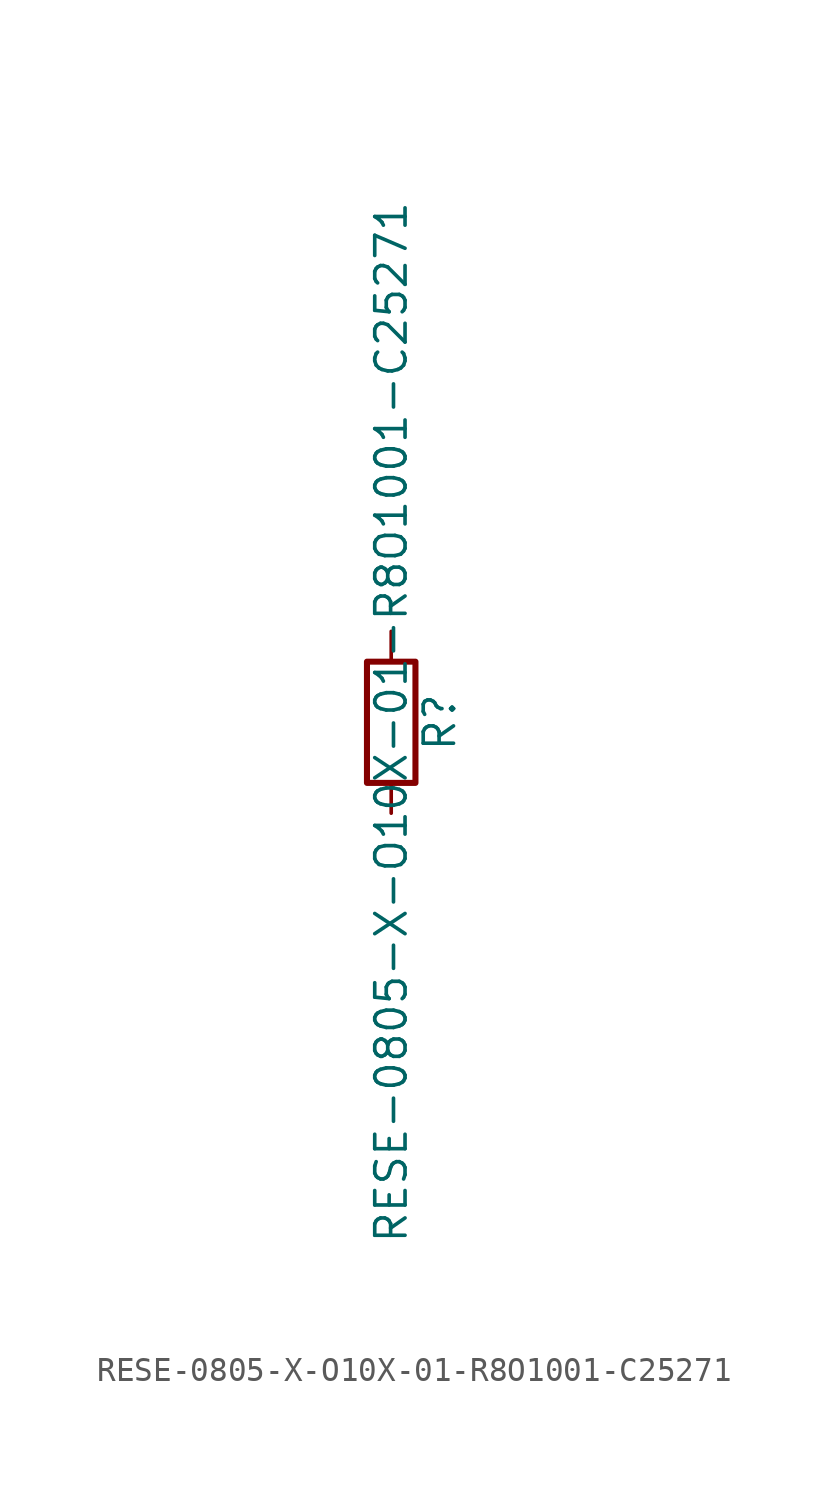
<source format=kicad_sym>
(kicad_symbol_lib
  (version 20211014)
  (generator kicad_symbol_editor)
  (symbol "RESE-0805-X-O10X-01-R8O1001-C25271"
    (pin_numbers hide)
    (pin_names
      (offset 0))
    (property "Reference" "R"
      (at 2.032 0 90)
      (effects (font (size 1.27 1.27))))
    (property "Value" "RESE-0805-X-O10X-01-R8O1001-C25271"
      (at 0 0 90)
      (effects (font (size 1.27 1.27))))
    (symbol "RESE-0805-X-O10X-01-R8O1001-C25271_0_1"
      (rectangle (start -1.016 -2.54) (end 1.016 2.54) (stroke (width 0.254) (type default) (color 0 0 0 0)) (fill (type none))))
    (symbol "RESE-0805-X-O10X-01-R8O1001-C25271_1_1"
      (pin passive line (at 0 3.81 270) (length 1.27) (name "~" (effects (font (size 1.27 1.27)))) (number "1" (effects (font (size 1.27 1.27)))))
      (pin passive line (at 0 -3.81 90) (length 1.27) (name "~" (effects (font (size 1.27 1.27)))) (number "2" (effects (font (size 1.27 1.27))))))))
</source>
